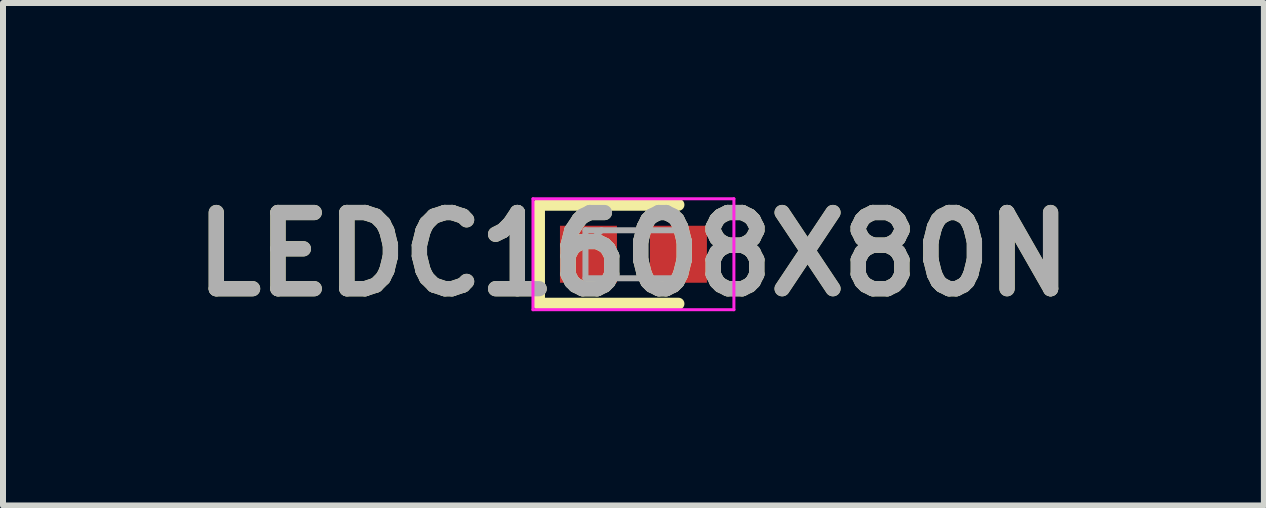
<source format=kicad_pcb>
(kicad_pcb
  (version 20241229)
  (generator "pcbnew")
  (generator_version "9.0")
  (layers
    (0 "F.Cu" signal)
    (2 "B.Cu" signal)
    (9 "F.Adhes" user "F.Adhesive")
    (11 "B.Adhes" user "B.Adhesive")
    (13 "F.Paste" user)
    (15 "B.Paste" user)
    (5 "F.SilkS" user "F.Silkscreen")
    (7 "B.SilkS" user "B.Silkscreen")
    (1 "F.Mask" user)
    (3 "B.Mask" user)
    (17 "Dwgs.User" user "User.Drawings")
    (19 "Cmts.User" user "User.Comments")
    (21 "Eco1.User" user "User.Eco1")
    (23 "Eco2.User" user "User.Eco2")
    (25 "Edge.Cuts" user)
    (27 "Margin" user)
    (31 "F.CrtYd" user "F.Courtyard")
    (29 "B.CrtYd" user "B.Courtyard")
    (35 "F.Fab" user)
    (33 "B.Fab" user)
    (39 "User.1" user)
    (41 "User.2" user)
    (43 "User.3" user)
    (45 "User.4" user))
  (footprint "LEDC1608X80N"
    (layer "F.Cu")
    (at 7.511 1.189)
    (property "Reference" "LEDC1608X80N" (at 0 0 0) (layer "F.SilkS") (effects (font (size 1.27 1.27) (thickness 0.254))))
    (attr smd)
    (fp_line (start -1.575 -0.825) (end -1.575 0.825) (stroke (width 0.2) (type solid)) (layer "F.SilkS"))
    (fp_line (start -1.575 0.825) (end 0.75 0.825) (stroke (width 0.2) (type solid)) (layer "F.SilkS"))
    (fp_line (start 0.75 -0.825) (end -1.575 -0.825) (stroke (width 0.2) (type solid)) (layer "F.SilkS"))
    (fp_line (start -1.675 -0.925) (end 1.675 -0.925) (stroke (width 0.05) (type solid)) (layer "F.CrtYd"))
    (fp_line (start -1.675 0.925) (end -1.675 -0.925) (stroke (width 0.05) (type solid)) (layer "F.CrtYd"))
    (fp_line (start 1.675 -0.925) (end 1.675 0.925) (stroke (width 0.05) (type solid)) (layer "F.CrtYd"))
    (fp_line (start 1.675 0.925) (end -1.675 0.925) (stroke (width 0.05) (type solid)) (layer "F.CrtYd"))
    (fp_line (start -0.8 -0.4) (end 0.8 -0.4) (stroke (width 0.1) (type solid)) (layer "F.Fab"))
    (fp_line (start -0.8 -0.133) (end -0.533 -0.4) (stroke (width 0.1) (type solid)) (layer "F.Fab"))
    (fp_line (start -0.8 0.4) (end -0.8 -0.4) (stroke (width 0.1) (type solid)) (layer "F.Fab"))
    (fp_line (start 0.8 -0.4) (end 0.8 0.4) (stroke (width 0.1) (type solid)) (layer "F.Fab"))
    (fp_line (start 0.8 0.4) (end -0.8 0.4) (stroke (width 0.1) (type solid)) (layer "F.Fab"))
    (fp_text user "${REFERENCE}" (at 0 0 0) (layer "F.Fab") (effects (font (size 1.27 1.27) (thickness 0.254))))
    (pad "1" smd rect (at -0.75 0 90) (size 0.95 0.95) (layers "F.Cu" "F.Mask" "F.Paste"))
    (pad "2" smd rect (at 0.75 0 90) (size 0.95 0.95) (layers "F.Cu" "F.Mask" "F.Paste")))
  (gr_rect
    (start -3 -3)
    (end 18.022 5.377)
    (stroke (width 0.1) (type default))
    (fill no)
    (layer "Edge.Cuts")))
</source>
